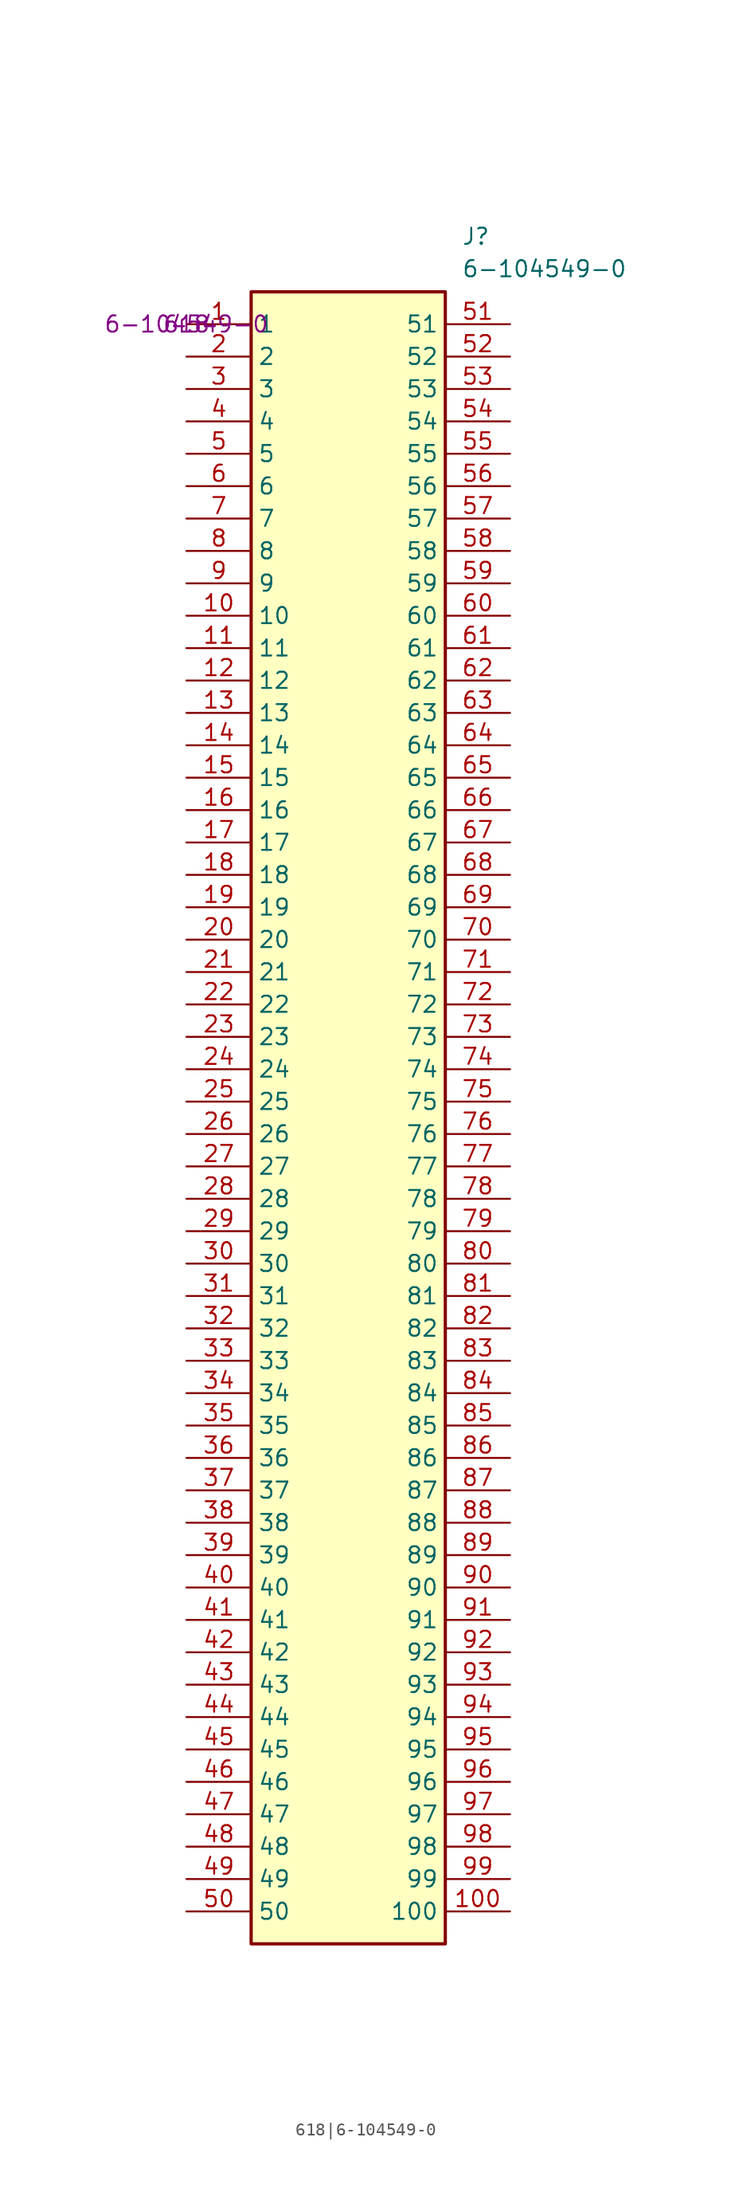
<source format=kicad_sym>
(kicad_symbol_lib
  (version 20220914)
  (generator kicad_symbol_editor)
  (symbol "618|6-104549-0"
    (property "Reference" "J"
      (at 21.59 7.62 0)
      (effects (font (size 1.27 1.27)) (justify left top)))
    (property "Value" "6-104549-0"
      (at 21.59 5.08 0)
      (effects (font (size 1.27 1.27)) (justify left top)))
    (property "MFG ID" "6-104549-0"
      (at 0 0 0)
      (effects (font (size 1.27 1.27))))
    (property "part_id" "618"
      (at 0 0 0)
      (effects (font (size 1.27 1.27))))
    (symbol "618|6-104549-0_1_1"
      (rectangle (start 5.08 2.54) (end 20.32 -127) (stroke (width 0.254) (type default)) (fill (type background)))
      (pin passive line (at 0 0 0) (length 5.08) (name "1" (effects (font (size 1.27 1.27)))) (number "1" (effects (font (size 1.27 1.27)))))
      (pin passive line (at 0 -22.86 0) (length 5.08) (name "10" (effects (font (size 1.27 1.27)))) (number "10" (effects (font (size 1.27 1.27)))))
      (pin passive line (at 25.4 -124.46 180) (length 5.08) (name "100" (effects (font (size 1.27 1.27)))) (number "100" (effects (font (size 1.27 1.27)))))
      (pin passive line (at 0 -25.4 0) (length 5.08) (name "11" (effects (font (size 1.27 1.27)))) (number "11" (effects (font (size 1.27 1.27)))))
      (pin passive line (at 0 -27.94 0) (length 5.08) (name "12" (effects (font (size 1.27 1.27)))) (number "12" (effects (font (size 1.27 1.27)))))
      (pin passive line (at 0 -30.48 0) (length 5.08) (name "13" (effects (font (size 1.27 1.27)))) (number "13" (effects (font (size 1.27 1.27)))))
      (pin passive line (at 0 -33.02 0) (length 5.08) (name "14" (effects (font (size 1.27 1.27)))) (number "14" (effects (font (size 1.27 1.27)))))
      (pin passive line (at 0 -35.56 0) (length 5.08) (name "15" (effects (font (size 1.27 1.27)))) (number "15" (effects (font (size 1.27 1.27)))))
      (pin passive line (at 0 -38.1 0) (length 5.08) (name "16" (effects (font (size 1.27 1.27)))) (number "16" (effects (font (size 1.27 1.27)))))
      (pin passive line (at 0 -40.64 0) (length 5.08) (name "17" (effects (font (size 1.27 1.27)))) (number "17" (effects (font (size 1.27 1.27)))))
      (pin passive line (at 0 -43.18 0) (length 5.08) (name "18" (effects (font (size 1.27 1.27)))) (number "18" (effects (font (size 1.27 1.27)))))
      (pin passive line (at 0 -45.72 0) (length 5.08) (name "19" (effects (font (size 1.27 1.27)))) (number "19" (effects (font (size 1.27 1.27)))))
      (pin passive line (at 0 -2.54 0) (length 5.08) (name "2" (effects (font (size 1.27 1.27)))) (number "2" (effects (font (size 1.27 1.27)))))
      (pin passive line (at 0 -48.26 0) (length 5.08) (name "20" (effects (font (size 1.27 1.27)))) (number "20" (effects (font (size 1.27 1.27)))))
      (pin passive line (at 0 -50.8 0) (length 5.08) (name "21" (effects (font (size 1.27 1.27)))) (number "21" (effects (font (size 1.27 1.27)))))
      (pin passive line (at 0 -53.34 0) (length 5.08) (name "22" (effects (font (size 1.27 1.27)))) (number "22" (effects (font (size 1.27 1.27)))))
      (pin passive line (at 0 -55.88 0) (length 5.08) (name "23" (effects (font (size 1.27 1.27)))) (number "23" (effects (font (size 1.27 1.27)))))
      (pin passive line (at 0 -58.42 0) (length 5.08) (name "24" (effects (font (size 1.27 1.27)))) (number "24" (effects (font (size 1.27 1.27)))))
      (pin passive line (at 0 -60.96 0) (length 5.08) (name "25" (effects (font (size 1.27 1.27)))) (number "25" (effects (font (size 1.27 1.27)))))
      (pin passive line (at 0 -63.5 0) (length 5.08) (name "26" (effects (font (size 1.27 1.27)))) (number "26" (effects (font (size 1.27 1.27)))))
      (pin passive line (at 0 -66.04 0) (length 5.08) (name "27" (effects (font (size 1.27 1.27)))) (number "27" (effects (font (size 1.27 1.27)))))
      (pin passive line (at 0 -68.58 0) (length 5.08) (name "28" (effects (font (size 1.27 1.27)))) (number "28" (effects (font (size 1.27 1.27)))))
      (pin passive line (at 0 -71.12 0) (length 5.08) (name "29" (effects (font (size 1.27 1.27)))) (number "29" (effects (font (size 1.27 1.27)))))
      (pin passive line (at 0 -5.08 0) (length 5.08) (name "3" (effects (font (size 1.27 1.27)))) (number "3" (effects (font (size 1.27 1.27)))))
      (pin passive line (at 0 -73.66 0) (length 5.08) (name "30" (effects (font (size 1.27 1.27)))) (number "30" (effects (font (size 1.27 1.27)))))
      (pin passive line (at 0 -76.2 0) (length 5.08) (name "31" (effects (font (size 1.27 1.27)))) (number "31" (effects (font (size 1.27 1.27)))))
      (pin passive line (at 0 -78.74 0) (length 5.08) (name "32" (effects (font (size 1.27 1.27)))) (number "32" (effects (font (size 1.27 1.27)))))
      (pin passive line (at 0 -81.28 0) (length 5.08) (name "33" (effects (font (size 1.27 1.27)))) (number "33" (effects (font (size 1.27 1.27)))))
      (pin passive line (at 0 -83.82 0) (length 5.08) (name "34" (effects (font (size 1.27 1.27)))) (number "34" (effects (font (size 1.27 1.27)))))
      (pin passive line (at 0 -86.36 0) (length 5.08) (name "35" (effects (font (size 1.27 1.27)))) (number "35" (effects (font (size 1.27 1.27)))))
      (pin passive line (at 0 -88.9 0) (length 5.08) (name "36" (effects (font (size 1.27 1.27)))) (number "36" (effects (font (size 1.27 1.27)))))
      (pin passive line (at 0 -91.44 0) (length 5.08) (name "37" (effects (font (size 1.27 1.27)))) (number "37" (effects (font (size 1.27 1.27)))))
      (pin passive line (at 0 -93.98 0) (length 5.08) (name "38" (effects (font (size 1.27 1.27)))) (number "38" (effects (font (size 1.27 1.27)))))
      (pin passive line (at 0 -96.52 0) (length 5.08) (name "39" (effects (font (size 1.27 1.27)))) (number "39" (effects (font (size 1.27 1.27)))))
      (pin passive line (at 0 -7.62 0) (length 5.08) (name "4" (effects (font (size 1.27 1.27)))) (number "4" (effects (font (size 1.27 1.27)))))
      (pin passive line (at 0 -99.06 0) (length 5.08) (name "40" (effects (font (size 1.27 1.27)))) (number "40" (effects (font (size 1.27 1.27)))))
      (pin passive line (at 0 -101.6 0) (length 5.08) (name "41" (effects (font (size 1.27 1.27)))) (number "41" (effects (font (size 1.27 1.27)))))
      (pin passive line (at 0 -104.14 0) (length 5.08) (name "42" (effects (font (size 1.27 1.27)))) (number "42" (effects (font (size 1.27 1.27)))))
      (pin passive line (at 0 -106.68 0) (length 5.08) (name "43" (effects (font (size 1.27 1.27)))) (number "43" (effects (font (size 1.27 1.27)))))
      (pin passive line (at 0 -109.22 0) (length 5.08) (name "44" (effects (font (size 1.27 1.27)))) (number "44" (effects (font (size 1.27 1.27)))))
      (pin passive line (at 0 -111.76 0) (length 5.08) (name "45" (effects (font (size 1.27 1.27)))) (number "45" (effects (font (size 1.27 1.27)))))
      (pin passive line (at 0 -114.3 0) (length 5.08) (name "46" (effects (font (size 1.27 1.27)))) (number "46" (effects (font (size 1.27 1.27)))))
      (pin passive line (at 0 -116.84 0) (length 5.08) (name "47" (effects (font (size 1.27 1.27)))) (number "47" (effects (font (size 1.27 1.27)))))
      (pin passive line (at 0 -119.38 0) (length 5.08) (name "48" (effects (font (size 1.27 1.27)))) (number "48" (effects (font (size 1.27 1.27)))))
      (pin passive line (at 0 -121.92 0) (length 5.08) (name "49" (effects (font (size 1.27 1.27)))) (number "49" (effects (font (size 1.27 1.27)))))
      (pin passive line (at 0 -10.16 0) (length 5.08) (name "5" (effects (font (size 1.27 1.27)))) (number "5" (effects (font (size 1.27 1.27)))))
      (pin passive line (at 0 -124.46 0) (length 5.08) (name "50" (effects (font (size 1.27 1.27)))) (number "50" (effects (font (size 1.27 1.27)))))
      (pin passive line (at 25.4 0 180) (length 5.08) (name "51" (effects (font (size 1.27 1.27)))) (number "51" (effects (font (size 1.27 1.27)))))
      (pin passive line (at 25.4 -2.54 180) (length 5.08) (name "52" (effects (font (size 1.27 1.27)))) (number "52" (effects (font (size 1.27 1.27)))))
      (pin passive line (at 25.4 -5.08 180) (length 5.08) (name "53" (effects (font (size 1.27 1.27)))) (number "53" (effects (font (size 1.27 1.27)))))
      (pin passive line (at 25.4 -7.62 180) (length 5.08) (name "54" (effects (font (size 1.27 1.27)))) (number "54" (effects (font (size 1.27 1.27)))))
      (pin passive line (at 25.4 -10.16 180) (length 5.08) (name "55" (effects (font (size 1.27 1.27)))) (number "55" (effects (font (size 1.27 1.27)))))
      (pin passive line (at 25.4 -12.7 180) (length 5.08) (name "56" (effects (font (size 1.27 1.27)))) (number "56" (effects (font (size 1.27 1.27)))))
      (pin passive line (at 25.4 -15.24 180) (length 5.08) (name "57" (effects (font (size 1.27 1.27)))) (number "57" (effects (font (size 1.27 1.27)))))
      (pin passive line (at 25.4 -17.78 180) (length 5.08) (name "58" (effects (font (size 1.27 1.27)))) (number "58" (effects (font (size 1.27 1.27)))))
      (pin passive line (at 25.4 -20.32 180) (length 5.08) (name "59" (effects (font (size 1.27 1.27)))) (number "59" (effects (font (size 1.27 1.27)))))
      (pin passive line (at 0 -12.7 0) (length 5.08) (name "6" (effects (font (size 1.27 1.27)))) (number "6" (effects (font (size 1.27 1.27)))))
      (pin passive line (at 25.4 -22.86 180) (length 5.08) (name "60" (effects (font (size 1.27 1.27)))) (number "60" (effects (font (size 1.27 1.27)))))
      (pin passive line (at 25.4 -25.4 180) (length 5.08) (name "61" (effects (font (size 1.27 1.27)))) (number "61" (effects (font (size 1.27 1.27)))))
      (pin passive line (at 25.4 -27.94 180) (length 5.08) (name "62" (effects (font (size 1.27 1.27)))) (number "62" (effects (font (size 1.27 1.27)))))
      (pin passive line (at 25.4 -30.48 180) (length 5.08) (name "63" (effects (font (size 1.27 1.27)))) (number "63" (effects (font (size 1.27 1.27)))))
      (pin passive line (at 25.4 -33.02 180) (length 5.08) (name "64" (effects (font (size 1.27 1.27)))) (number "64" (effects (font (size 1.27 1.27)))))
      (pin passive line (at 25.4 -35.56 180) (length 5.08) (name "65" (effects (font (size 1.27 1.27)))) (number "65" (effects (font (size 1.27 1.27)))))
      (pin passive line (at 25.4 -38.1 180) (length 5.08) (name "66" (effects (font (size 1.27 1.27)))) (number "66" (effects (font (size 1.27 1.27)))))
      (pin passive line (at 25.4 -40.64 180) (length 5.08) (name "67" (effects (font (size 1.27 1.27)))) (number "67" (effects (font (size 1.27 1.27)))))
      (pin passive line (at 25.4 -43.18 180) (length 5.08) (name "68" (effects (font (size 1.27 1.27)))) (number "68" (effects (font (size 1.27 1.27)))))
      (pin passive line (at 25.4 -45.72 180) (length 5.08) (name "69" (effects (font (size 1.27 1.27)))) (number "69" (effects (font (size 1.27 1.27)))))
      (pin passive line (at 0 -15.24 0) (length 5.08) (name "7" (effects (font (size 1.27 1.27)))) (number "7" (effects (font (size 1.27 1.27)))))
      (pin passive line (at 25.4 -48.26 180) (length 5.08) (name "70" (effects (font (size 1.27 1.27)))) (number "70" (effects (font (size 1.27 1.27)))))
      (pin passive line (at 25.4 -50.8 180) (length 5.08) (name "71" (effects (font (size 1.27 1.27)))) (number "71" (effects (font (size 1.27 1.27)))))
      (pin passive line (at 25.4 -53.34 180) (length 5.08) (name "72" (effects (font (size 1.27 1.27)))) (number "72" (effects (font (size 1.27 1.27)))))
      (pin passive line (at 25.4 -55.88 180) (length 5.08) (name "73" (effects (font (size 1.27 1.27)))) (number "73" (effects (font (size 1.27 1.27)))))
      (pin passive line (at 25.4 -58.42 180) (length 5.08) (name "74" (effects (font (size 1.27 1.27)))) (number "74" (effects (font (size 1.27 1.27)))))
      (pin passive line (at 25.4 -60.96 180) (length 5.08) (name "75" (effects (font (size 1.27 1.27)))) (number "75" (effects (font (size 1.27 1.27)))))
      (pin passive line (at 25.4 -63.5 180) (length 5.08) (name "76" (effects (font (size 1.27 1.27)))) (number "76" (effects (font (size 1.27 1.27)))))
      (pin passive line (at 25.4 -66.04 180) (length 5.08) (name "77" (effects (font (size 1.27 1.27)))) (number "77" (effects (font (size 1.27 1.27)))))
      (pin passive line (at 25.4 -68.58 180) (length 5.08) (name "78" (effects (font (size 1.27 1.27)))) (number "78" (effects (font (size 1.27 1.27)))))
      (pin passive line (at 25.4 -71.12 180) (length 5.08) (name "79" (effects (font (size 1.27 1.27)))) (number "79" (effects (font (size 1.27 1.27)))))
      (pin passive line (at 0 -17.78 0) (length 5.08) (name "8" (effects (font (size 1.27 1.27)))) (number "8" (effects (font (size 1.27 1.27)))))
      (pin passive line (at 25.4 -73.66 180) (length 5.08) (name "80" (effects (font (size 1.27 1.27)))) (number "80" (effects (font (size 1.27 1.27)))))
      (pin passive line (at 25.4 -76.2 180) (length 5.08) (name "81" (effects (font (size 1.27 1.27)))) (number "81" (effects (font (size 1.27 1.27)))))
      (pin passive line (at 25.4 -78.74 180) (length 5.08) (name "82" (effects (font (size 1.27 1.27)))) (number "82" (effects (font (size 1.27 1.27)))))
      (pin passive line (at 25.4 -81.28 180) (length 5.08) (name "83" (effects (font (size 1.27 1.27)))) (number "83" (effects (font (size 1.27 1.27)))))
      (pin passive line (at 25.4 -83.82 180) (length 5.08) (name "84" (effects (font (size 1.27 1.27)))) (number "84" (effects (font (size 1.27 1.27)))))
      (pin passive line (at 25.4 -86.36 180) (length 5.08) (name "85" (effects (font (size 1.27 1.27)))) (number "85" (effects (font (size 1.27 1.27)))))
      (pin passive line (at 25.4 -88.9 180) (length 5.08) (name "86" (effects (font (size 1.27 1.27)))) (number "86" (effects (font (size 1.27 1.27)))))
      (pin passive line (at 25.4 -91.44 180) (length 5.08) (name "87" (effects (font (size 1.27 1.27)))) (number "87" (effects (font (size 1.27 1.27)))))
      (pin passive line (at 25.4 -93.98 180) (length 5.08) (name "88" (effects (font (size 1.27 1.27)))) (number "88" (effects (font (size 1.27 1.27)))))
      (pin passive line (at 25.4 -96.52 180) (length 5.08) (name "89" (effects (font (size 1.27 1.27)))) (number "89" (effects (font (size 1.27 1.27)))))
      (pin passive line (at 0 -20.32 0) (length 5.08) (name "9" (effects (font (size 1.27 1.27)))) (number "9" (effects (font (size 1.27 1.27)))))
      (pin passive line (at 25.4 -99.06 180) (length 5.08) (name "90" (effects (font (size 1.27 1.27)))) (number "90" (effects (font (size 1.27 1.27)))))
      (pin passive line (at 25.4 -101.6 180) (length 5.08) (name "91" (effects (font (size 1.27 1.27)))) (number "91" (effects (font (size 1.27 1.27)))))
      (pin passive line (at 25.4 -104.14 180) (length 5.08) (name "92" (effects (font (size 1.27 1.27)))) (number "92" (effects (font (size 1.27 1.27)))))
      (pin passive line (at 25.4 -106.68 180) (length 5.08) (name "93" (effects (font (size 1.27 1.27)))) (number "93" (effects (font (size 1.27 1.27)))))
      (pin passive line (at 25.4 -109.22 180) (length 5.08) (name "94" (effects (font (size 1.27 1.27)))) (number "94" (effects (font (size 1.27 1.27)))))
      (pin passive line (at 25.4 -111.76 180) (length 5.08) (name "95" (effects (font (size 1.27 1.27)))) (number "95" (effects (font (size 1.27 1.27)))))
      (pin passive line (at 25.4 -114.3 180) (length 5.08) (name "96" (effects (font (size 1.27 1.27)))) (number "96" (effects (font (size 1.27 1.27)))))
      (pin passive line (at 25.4 -116.84 180) (length 5.08) (name "97" (effects (font (size 1.27 1.27)))) (number "97" (effects (font (size 1.27 1.27)))))
      (pin passive line (at 25.4 -119.38 180) (length 5.08) (name "98" (effects (font (size 1.27 1.27)))) (number "98" (effects (font (size 1.27 1.27)))))
      (pin passive line (at 25.4 -121.92 180) (length 5.08) (name "99" (effects (font (size 1.27 1.27)))) (number "99" (effects (font (size 1.27 1.27))))))))
</source>
